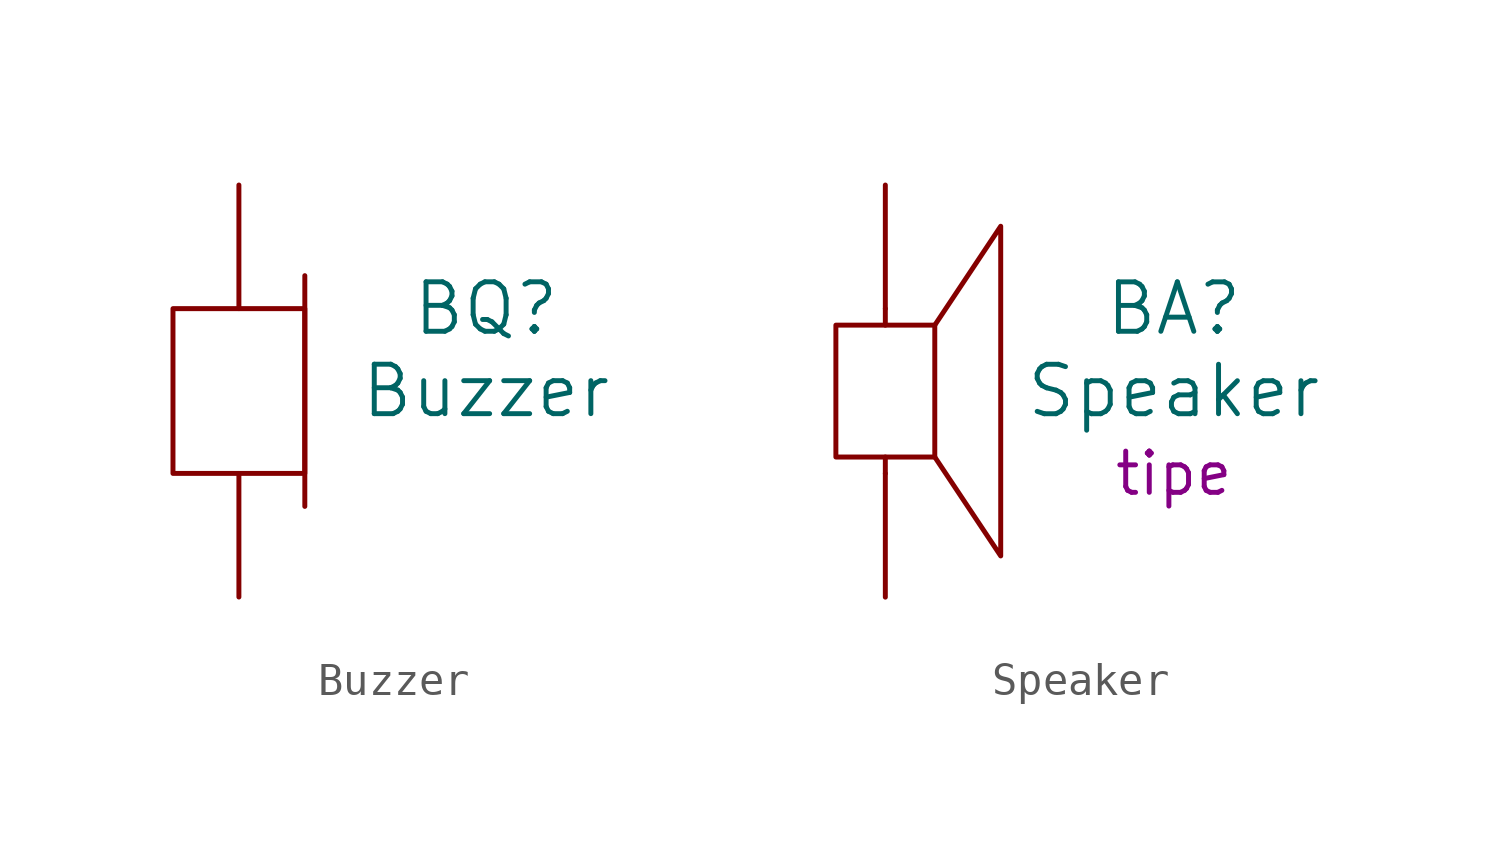
<source format=kicad_sym>
(kicad_symbol_lib
  (version 20220914)
  (generator kicad_symbol_editor)
  (symbol "Buzzer"
    (pin_numbers hide)
    (pin_names
      (offset 0) hide)
    (property "Reference" "BQ"
      (at 7.62 2.54 0)
      (effects (font (size 1.524 1.524))))
    (property "Value" "Buzzer"
      (at 7.62 0 0)
      (effects (font (size 1.524 1.524))))
    (property "Datasheet" ""
      (at -1.016 0 0)
      (effects (font (size 1.524 1.524))))
    (symbol "Buzzer_0_0"
      (pin passive line (at 0 6.35 270) (length 3.81) (name "~" (effects (font (size 1.27 1.27)))) (number "1" (effects (font (size 1.27 1.27)))))
      (pin passive line (at 0 -6.35 90) (length 3.81) (name "~" (effects (font (size 1.27 1.27)))) (number "2" (effects (font (size 1.27 1.27))))))
    (symbol "Buzzer_0_1"
      (rectangle (start -2.032 2.54) (end 2.032 -2.54) (stroke (width 0) (type solid)) (fill (type none)))
      (polyline (pts (xy 2.032 3.556) (xy 2.032 -3.556)) (stroke (width 0) (type solid)) (fill (type none)))))
  (symbol "Speaker"
    (pin_numbers hide)
    (pin_names
      (offset 0) hide)
    (property "Reference" "BA"
      (at 8.89 2.54 0)
      (effects (font (size 1.524 1.524))))
    (property "Value" "Speaker"
      (at 8.89 0 0)
      (effects (font (size 1.524 1.524))))
    (property "Datasheet" ""
      (at -1.016 0 0)
      (effects (font (size 1.524 1.524))))
    (property "Tipe" "tipe"
      (at 8.89 -2.54 0)
      (effects (font (size 1.27 1.27))))
    (symbol "Speaker_0_0"
      (pin passive line (at 0 6.35 270) (length 3.81) (name "+" (effects (font (size 1.27 1.27)))) (number "1" (effects (font (size 1.27 1.27)))))
      (pin passive line (at 0 -6.35 90) (length 3.81) (name "-" (effects (font (size 1.27 1.27)))) (number "2" (effects (font (size 1.27 1.27))))))
    (symbol "Speaker_0_1"
      (rectangle (start -1.524 2.032) (end 1.524 -2.032) (stroke (width 0) (type solid)) (fill (type none)))
      (polyline (pts (xy 0 -2.54) (xy 0 -2.032)) (stroke (width 0) (type solid)) (fill (type none)))
      (polyline (pts (xy 0 2.032) (xy 0 2.54)) (stroke (width 0) (type solid)) (fill (type none)))
      (polyline (pts (xy 1.524 2.032) (xy 3.556 5.08) (xy 3.556 0) (xy 3.556 -5.08) (xy 1.524 -2.032)) (stroke (width 0) (type solid)) (fill (type none))))))
</source>
